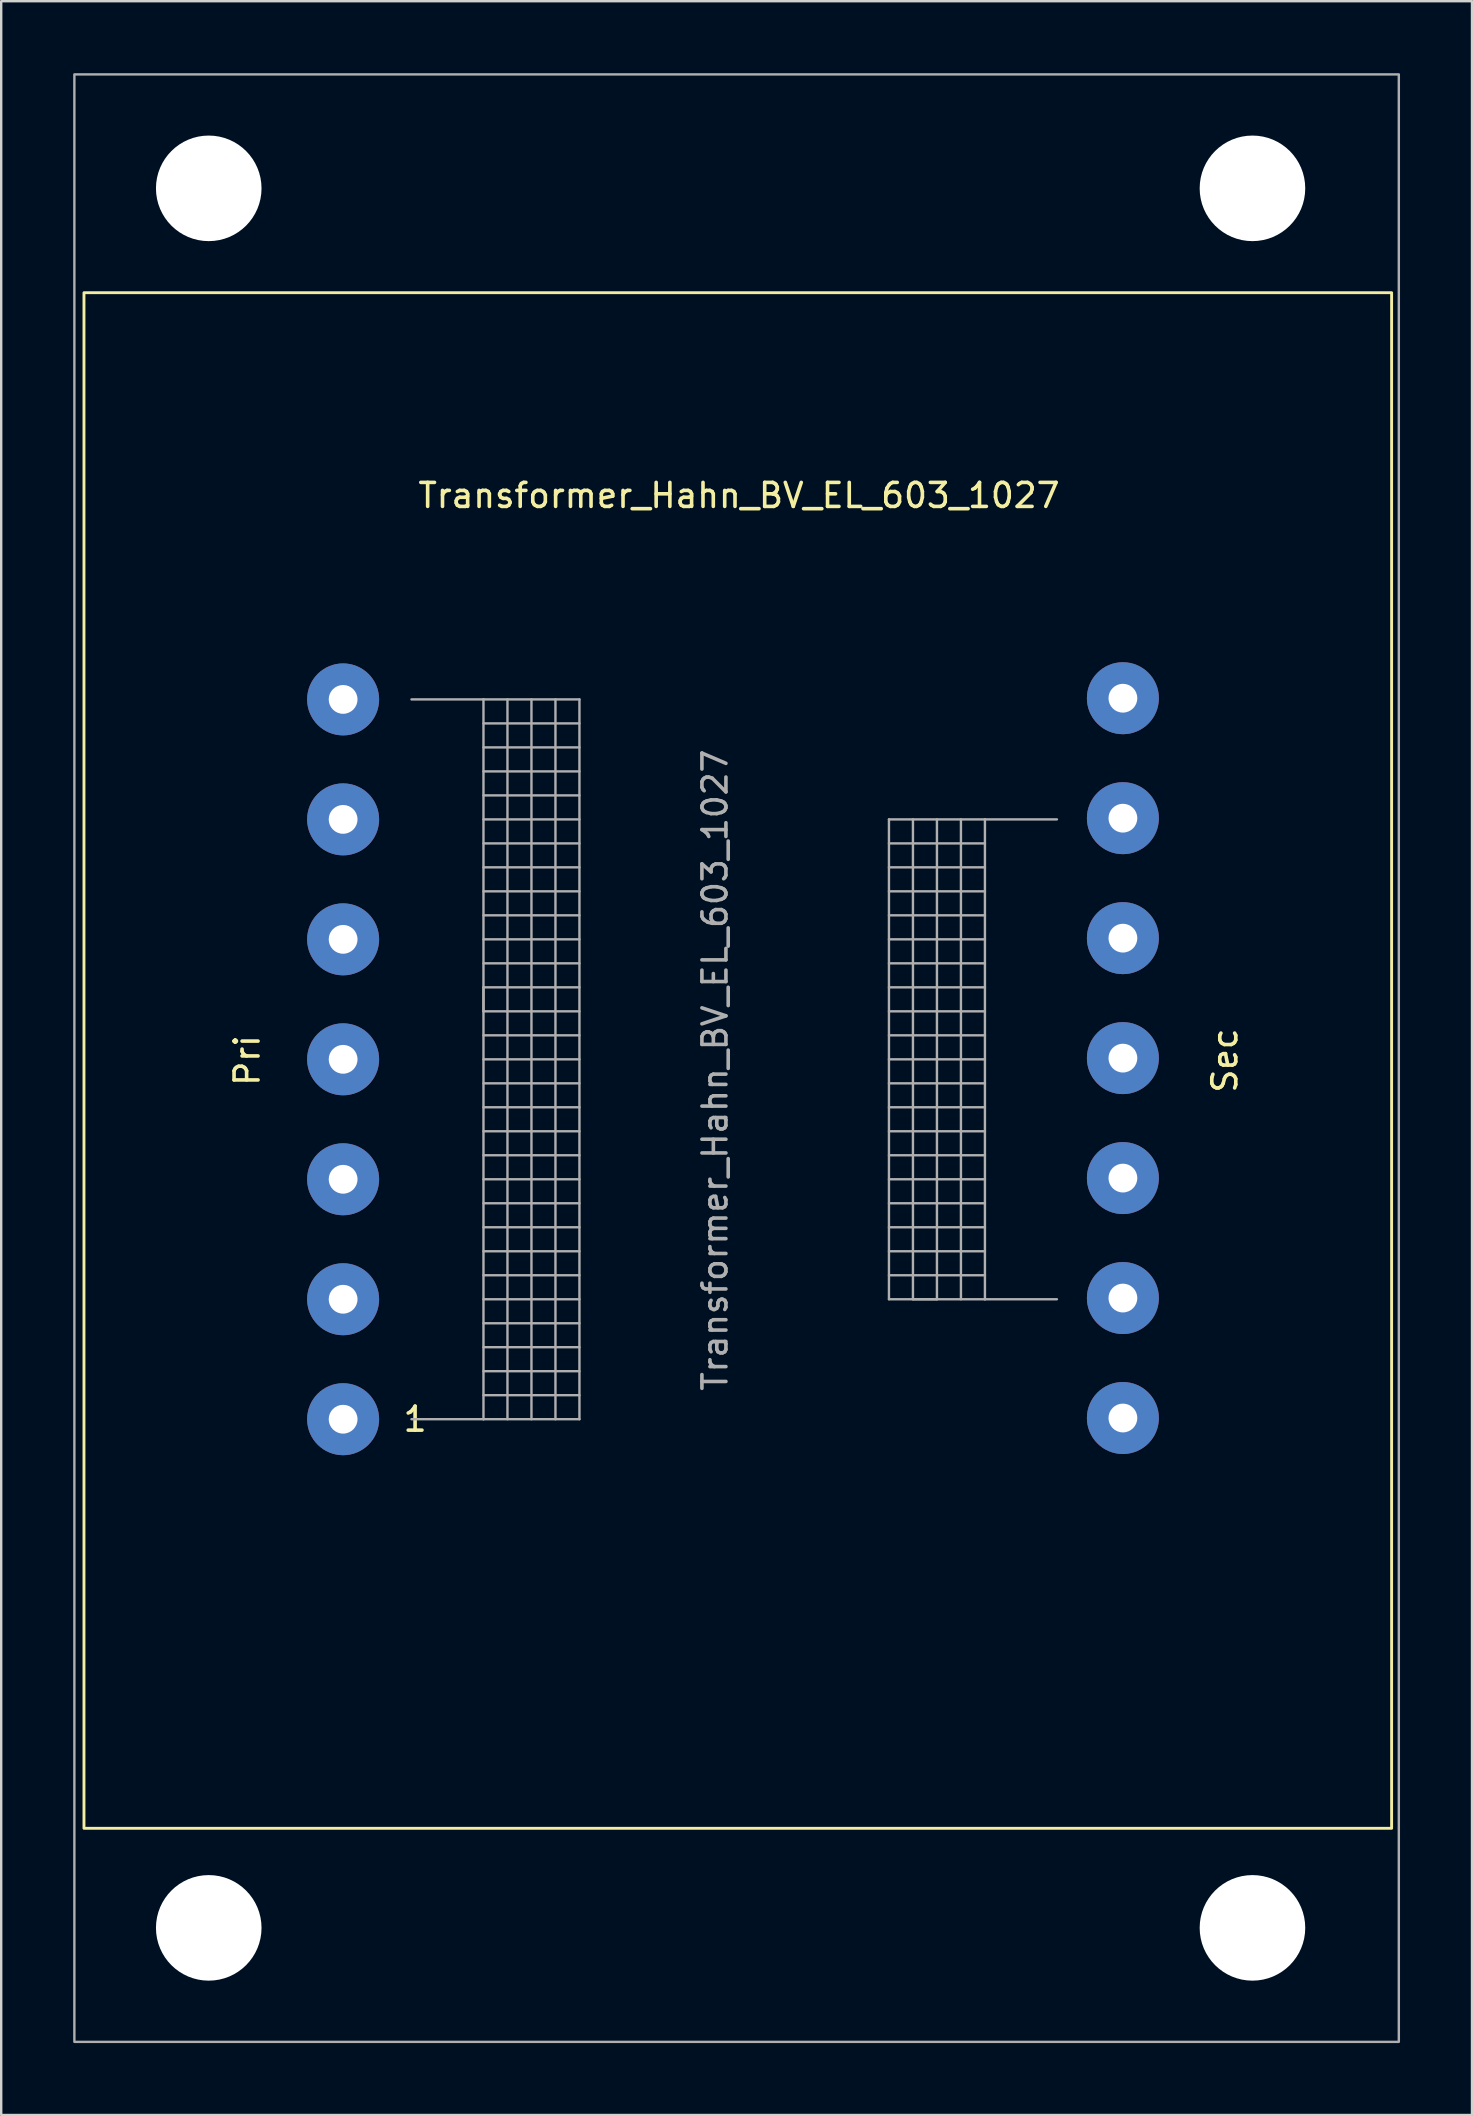
<source format=kicad_pcb>
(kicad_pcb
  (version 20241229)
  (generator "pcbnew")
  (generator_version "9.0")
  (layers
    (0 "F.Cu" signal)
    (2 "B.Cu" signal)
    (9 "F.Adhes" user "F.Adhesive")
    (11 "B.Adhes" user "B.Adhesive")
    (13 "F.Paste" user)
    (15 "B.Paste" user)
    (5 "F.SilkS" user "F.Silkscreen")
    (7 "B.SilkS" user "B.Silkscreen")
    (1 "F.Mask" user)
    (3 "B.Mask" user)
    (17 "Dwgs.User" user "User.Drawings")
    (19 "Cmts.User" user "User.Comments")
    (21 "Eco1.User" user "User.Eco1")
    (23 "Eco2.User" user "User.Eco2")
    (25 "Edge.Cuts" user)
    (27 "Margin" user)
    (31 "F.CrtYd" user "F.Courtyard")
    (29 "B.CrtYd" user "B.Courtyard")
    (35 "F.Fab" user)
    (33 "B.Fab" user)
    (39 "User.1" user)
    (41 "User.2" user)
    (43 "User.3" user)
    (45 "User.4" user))
  (footprint "Transformer_Hahn_BV_EL_603_1027"
    (layer "F.Cu")
    (at 12.4 56.05)
    (property "Reference" "Transformer_Hahn_BV_EL_603_1027" (at 15.35 -38.45 0) (layer "F.SilkS") (effects (font (size 1 1) (thickness 0.15))))
    (attr through_hole)
    (fp_rect (start -11.95 -46.9) (end 42.55 17.1) (stroke (width 0.12) (type default)) (fill no) (layer "F.SilkS"))
    (fp_line (start 1.7 -29.95) (end 4.7 -29.95) (stroke (width 0.1) (type solid)) (layer "F.Fab"))
    (fp_line (start 4.7 -29.95) (end 4.7 0.05) (stroke (width 0.1) (type solid)) (layer "F.Fab"))
    (fp_line (start 4.7 -29.95) (end 8.7 -29.95) (stroke (width 0.1) (type solid)) (layer "F.Fab"))
    (fp_line (start 4.7 -28.95) (end 8.7 -28.95) (stroke (width 0.1) (type solid)) (layer "F.Fab"))
    (fp_line (start 4.7 -26.95) (end 8.7 -26.95) (stroke (width 0.1) (type solid)) (layer "F.Fab"))
    (fp_line (start 4.7 -24.95) (end 8.7 -24.95) (stroke (width 0.1) (type solid)) (layer "F.Fab"))
    (fp_line (start 4.7 -22.95) (end 8.7 -22.95) (stroke (width 0.1) (type solid)) (layer "F.Fab"))
    (fp_line (start 4.7 -20.95) (end 8.7 -20.95) (stroke (width 0.1) (type solid)) (layer "F.Fab"))
    (fp_line (start 4.7 -18.95) (end 8.7 -18.95) (stroke (width 0.1) (type solid)) (layer "F.Fab"))
    (fp_line (start 4.7 -17.95) (end 4.7 -16.95) (stroke (width 0.1) (type solid)) (layer "F.Fab"))
    (fp_line (start 4.7 -16.95) (end 8.7 -16.95) (stroke (width 0.1) (type solid)) (layer "F.Fab"))
    (fp_line (start 4.7 -14.95) (end 8.7 -14.95) (stroke (width 0.1) (type solid)) (layer "F.Fab"))
    (fp_line (start 4.7 -12.95) (end 8.7 -12.95) (stroke (width 0.1) (type solid)) (layer "F.Fab"))
    (fp_line (start 4.7 -10.95) (end 8.7 -10.95) (stroke (width 0.1) (type solid)) (layer "F.Fab"))
    (fp_line (start 4.7 -8.95) (end 8.7 -8.95) (stroke (width 0.1) (type solid)) (layer "F.Fab"))
    (fp_line (start 4.7 -6.95) (end 8.7 -6.95) (stroke (width 0.1) (type solid)) (layer "F.Fab"))
    (fp_line (start 4.7 -4.95) (end 8.7 -4.95) (stroke (width 0.1) (type solid)) (layer "F.Fab"))
    (fp_line (start 4.7 -2.95) (end 8.7 -2.95) (stroke (width 0.1) (type solid)) (layer "F.Fab"))
    (fp_line (start 4.7 -0.95) (end 8.7 -0.95) (stroke (width 0.1) (type solid)) (layer "F.Fab"))
    (fp_line (start 4.7 0.05) (end 1.7 0.05) (stroke (width 0.1) (type solid)) (layer "F.Fab"))
    (fp_line (start 5.7 0.05) (end 5.7 -29.95) (stroke (width 0.1) (type solid)) (layer "F.Fab"))
    (fp_line (start 6.7 -29.95) (end 6.7 0.05) (stroke (width 0.1) (type solid)) (layer "F.Fab"))
    (fp_line (start 7.7 0.05) (end 7.7 -29.95) (stroke (width 0.1) (type solid)) (layer "F.Fab"))
    (fp_line (start 8.7 -29.95) (end 8.7 0.05) (stroke (width 0.1) (type solid)) (layer "F.Fab"))
    (fp_line (start 8.7 -27.95) (end 4.7 -27.95) (stroke (width 0.1) (type solid)) (layer "F.Fab"))
    (fp_line (start 8.7 -25.95) (end 4.7 -25.95) (stroke (width 0.1) (type solid)) (layer "F.Fab"))
    (fp_line (start 8.7 -23.95) (end 4.7 -23.95) (stroke (width 0.1) (type solid)) (layer "F.Fab"))
    (fp_line (start 8.7 -21.95) (end 4.7 -21.95) (stroke (width 0.1) (type solid)) (layer "F.Fab"))
    (fp_line (start 8.7 -19.95) (end 4.7 -19.95) (stroke (width 0.1) (type solid)) (layer "F.Fab"))
    (fp_line (start 8.7 -17.95) (end 4.7 -17.95) (stroke (width 0.1) (type solid)) (layer "F.Fab"))
    (fp_line (start 8.7 -15.95) (end 4.7 -15.95) (stroke (width 0.1) (type solid)) (layer "F.Fab"))
    (fp_line (start 8.7 -13.95) (end 4.7 -13.95) (stroke (width 0.1) (type solid)) (layer "F.Fab"))
    (fp_line (start 8.7 -11.95) (end 4.7 -11.95) (stroke (width 0.1) (type solid)) (layer "F.Fab"))
    (fp_line (start 8.7 -9.95) (end 4.7 -9.95) (stroke (width 0.1) (type solid)) (layer "F.Fab"))
    (fp_line (start 8.7 -7.95) (end 4.7 -7.95) (stroke (width 0.1) (type solid)) (layer "F.Fab"))
    (fp_line (start 8.7 -5.95) (end 4.7 -5.95) (stroke (width 0.1) (type solid)) (layer "F.Fab"))
    (fp_line (start 8.7 -3.95) (end 4.7 -3.95) (stroke (width 0.1) (type solid)) (layer "F.Fab"))
    (fp_line (start 8.7 -1.95) (end 4.7 -1.95) (stroke (width 0.1) (type solid)) (layer "F.Fab"))
    (fp_line (start 8.7 0.05) (end 4.7 0.05) (stroke (width 0.1) (type solid)) (layer "F.Fab"))
    (fp_line (start 21.6 -24.95) (end 21.6 -4.95) (stroke (width 0.1) (type solid)) (layer "F.Fab"))
    (fp_line (start 21.6 -23.95) (end 25.6 -23.95) (stroke (width 0.1) (type solid)) (layer "F.Fab"))
    (fp_line (start 21.6 -21.95) (end 25.6 -21.95) (stroke (width 0.1) (type solid)) (layer "F.Fab"))
    (fp_line (start 21.6 -19.95) (end 25.6 -19.95) (stroke (width 0.1) (type solid)) (layer "F.Fab"))
    (fp_line (start 21.6 -17.95) (end 25.6 -17.95) (stroke (width 0.1) (type solid)) (layer "F.Fab"))
    (fp_line (start 21.6 -15.95) (end 25.6 -15.95) (stroke (width 0.1) (type solid)) (layer "F.Fab"))
    (fp_line (start 21.6 -13.95) (end 25.6 -13.95) (stroke (width 0.1) (type solid)) (layer "F.Fab"))
    (fp_line (start 21.6 -11.95) (end 25.6 -11.95) (stroke (width 0.1) (type solid)) (layer "F.Fab"))
    (fp_line (start 21.6 -9.95) (end 25.6 -9.95) (stroke (width 0.1) (type solid)) (layer "F.Fab"))
    (fp_line (start 21.6 -7.95) (end 25.6 -7.95) (stroke (width 0.1) (type solid)) (layer "F.Fab"))
    (fp_line (start 21.6 -5.95) (end 25.6 -5.95) (stroke (width 0.1) (type solid)) (layer "F.Fab"))
    (fp_line (start 21.6 -4.95) (end 25.6 -4.95) (stroke (width 0.1) (type solid)) (layer "F.Fab"))
    (fp_line (start 22.6 -4.95) (end 22.6 -24.95) (stroke (width 0.1) (type solid)) (layer "F.Fab"))
    (fp_line (start 23.6 -24.95) (end 23.6 -4.95) (stroke (width 0.1) (type solid)) (layer "F.Fab"))
    (fp_line (start 23.6 -4.95) (end 22.6 -4.95) (stroke (width 0.1) (type solid)) (layer "F.Fab"))
    (fp_line (start 24.6 -4.95) (end 24.6 -24.95) (stroke (width 0.1) (type solid)) (layer "F.Fab"))
    (fp_line (start 25.6 -24.95) (end 21.6 -24.95) (stroke (width 0.1) (type solid)) (layer "F.Fab"))
    (fp_line (start 25.6 -24.95) (end 25.6 -4.95) (stroke (width 0.1) (type solid)) (layer "F.Fab"))
    (fp_line (start 25.6 -22.95) (end 21.6 -22.95) (stroke (width 0.1) (type solid)) (layer "F.Fab"))
    (fp_line (start 25.6 -20.95) (end 21.6 -20.95) (stroke (width 0.1) (type solid)) (layer "F.Fab"))
    (fp_line (start 25.6 -18.95) (end 21.6 -18.95) (stroke (width 0.1) (type solid)) (layer "F.Fab"))
    (fp_line (start 25.6 -16.95) (end 21.6 -16.95) (stroke (width 0.1) (type solid)) (layer "F.Fab"))
    (fp_line (start 25.6 -14.95) (end 21.6 -14.95) (stroke (width 0.1) (type solid)) (layer "F.Fab"))
    (fp_line (start 25.6 -12.95) (end 21.6 -12.95) (stroke (width 0.1) (type solid)) (layer "F.Fab"))
    (fp_line (start 25.6 -10.95) (end 21.6 -10.95) (stroke (width 0.1) (type solid)) (layer "F.Fab"))
    (fp_line (start 25.6 -8.95) (end 21.6 -8.95) (stroke (width 0.1) (type solid)) (layer "F.Fab"))
    (fp_line (start 25.6 -6.95) (end 21.6 -6.95) (stroke (width 0.1) (type solid)) (layer "F.Fab"))
    (fp_line (start 25.6 -4.95) (end 28.6 -4.95) (stroke (width 0.1) (type solid)) (layer "F.Fab"))
    (fp_line (start 28.6 -24.95) (end 25.6 -24.95) (stroke (width 0.1) (type solid)) (layer "F.Fab"))
    (fp_rect (start -12.35 -56) (end 42.85 26) (stroke (width 0.1) (type default)) (fill no) (layer "F.Fab"))
    (fp_text user "Sec" (at 35.6 -14.9 90) (layer "F.SilkS") (effects (font (size 1 1) (thickness 0.15))))
    (fp_text user "1" (at 1.85 0.05 0) (layer "F.SilkS") (effects (font (size 1 1) (thickness 0.15))))
    (fp_text user "Pri" (at -5.15 -14.9 90) (layer "F.SilkS") (effects (font (size 1 1) (thickness 0.15))))
    (fp_text user "${REFERENCE}" (at 14.35 -14.5 90) (layer "F.Fab") (effects (font (size 1 1) (thickness 0.15))))
    (pad "" np_thru_hole circle (at -6.75 -51.25) (size 4.4 4.4) (drill 4.4) (layers "*.Cu" "*.Mask"))
    (pad "" np_thru_hole circle (at -6.75 21.25) (size 4.4 4.4) (drill 4.4) (layers "*.Cu" "*.Mask"))
    (pad "" np_thru_hole circle (at 36.75 -51.25) (size 4.4 4.4) (drill 4.4) (layers "*.Cu" "*.Mask"))
    (pad "" np_thru_hole circle (at 36.75 21.25) (size 4.4 4.4) (drill 4.4) (layers "*.Cu" "*.Mask"))
    (pad "1" thru_hole circle (at -1.15 0.05) (size 3 3) (drill 1.2) (layers "*.Cu" "*.Mask"))
    (pad "2" thru_hole circle (at -1.15 -4.95) (size 3 3) (drill 1.2) (layers "*.Cu" "*.Mask"))
    (pad "3" thru_hole circle (at -1.15 -9.95) (size 3 3) (drill 1.2) (layers "*.Cu" "*.Mask"))
    (pad "4" thru_hole circle (at -1.15 -14.95) (size 3 3) (drill 1.2) (layers "*.Cu" "*.Mask"))
    (pad "5" thru_hole circle (at -1.15 -19.95) (size 3 3) (drill 1.2) (layers "*.Cu" "*.Mask"))
    (pad "6" thru_hole circle (at -1.15 -24.95) (size 3 3) (drill 1.2) (layers "*.Cu" "*.Mask"))
    (pad "7" thru_hole circle (at -1.15 -29.95) (size 3 3) (drill 1.2) (layers "*.Cu" "*.Mask"))
    (pad "8" thru_hole circle (at 31.35 -30) (size 3 3) (drill 1.2) (layers "*.Cu" "*.Mask"))
    (pad "9" thru_hole circle (at 31.35 -25) (size 3 3) (drill 1.2) (layers "*.Cu" "*.Mask"))
    (pad "10" thru_hole circle (at 31.35 -20) (size 3 3) (drill 1.2) (layers "*.Cu" "*.Mask"))
    (pad "11" thru_hole circle (at 31.35 -15) (size 3 3) (drill 1.2) (layers "*.Cu" "*.Mask"))
    (pad "12" thru_hole circle (at 31.35 -10) (size 3 3) (drill 1.2) (layers "*.Cu" "*.Mask"))
    (pad "13" thru_hole circle (at 31.35 -5) (size 3 3) (drill 1.2) (layers "*.Cu" "*.Mask"))
    (pad "14" thru_hole circle (at 31.35 0) (size 3 3) (drill 1.2) (layers "*.Cu" "*.Mask")))
  (gr_rect
    (start -3 -3)
    (end 58.3 85.1)
    (stroke (width 0.1) (type default))
    (fill no)
    (layer "Edge.Cuts")))
</source>
